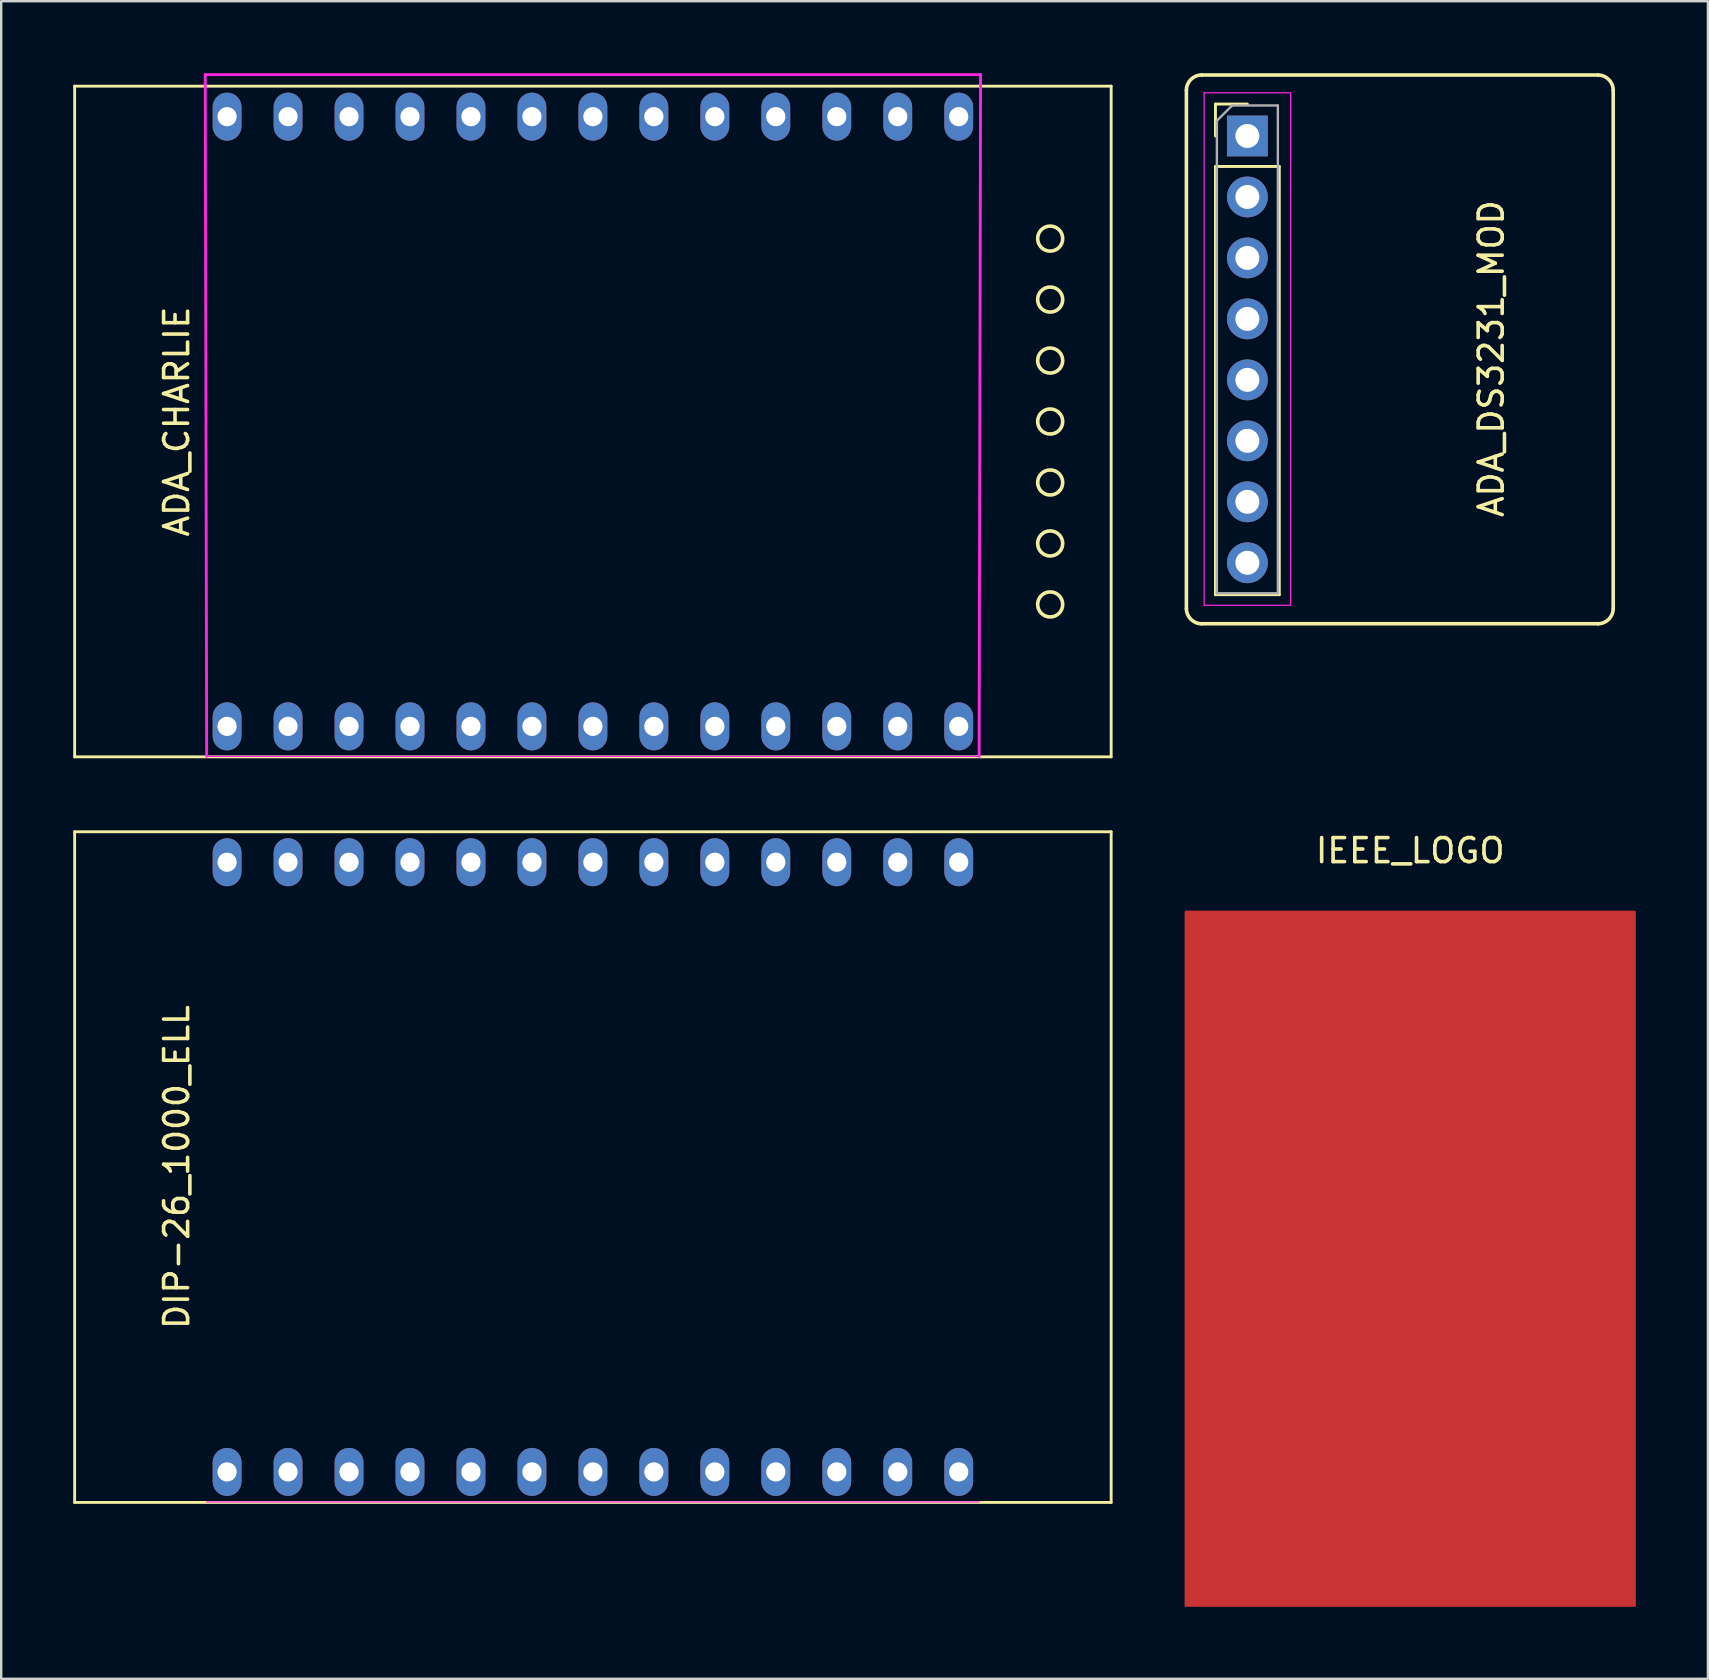
<source format=kicad_pcb>
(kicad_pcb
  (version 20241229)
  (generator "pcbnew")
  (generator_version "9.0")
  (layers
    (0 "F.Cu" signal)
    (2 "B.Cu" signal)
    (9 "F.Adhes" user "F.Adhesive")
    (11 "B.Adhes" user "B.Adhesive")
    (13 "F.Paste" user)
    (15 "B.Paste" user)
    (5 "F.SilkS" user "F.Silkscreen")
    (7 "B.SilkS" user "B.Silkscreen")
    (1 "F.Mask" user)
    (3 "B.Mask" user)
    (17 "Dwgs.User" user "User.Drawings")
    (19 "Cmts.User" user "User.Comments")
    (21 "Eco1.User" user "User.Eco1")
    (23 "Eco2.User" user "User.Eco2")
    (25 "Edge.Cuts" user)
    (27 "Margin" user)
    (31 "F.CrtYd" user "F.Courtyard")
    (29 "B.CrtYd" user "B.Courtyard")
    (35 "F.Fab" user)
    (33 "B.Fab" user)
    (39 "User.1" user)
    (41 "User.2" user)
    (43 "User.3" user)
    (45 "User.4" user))
  (footprint "ADA_DS3231_MOD"
    (layer "F.Cu")
    (at 61.615 2.615)
    (property "Reference" "ADA_DS3231_MOD" (at -2.54 9.275 90) (layer "F.SilkS") (effects (font (size 1 1) (thickness 0.15))))
    (attr through_hole)
    (fp_line (start -15.24 -1.905) (end -15.24 19.685) (stroke (width 0.15) (type solid)) (layer "F.SilkS"))
    (fp_line (start -14.605 20.32) (end 1.905 20.32) (stroke (width 0.15) (type solid)) (layer "F.SilkS"))
    (fp_line (start -14.03 -1.33) (end -12.7 -1.33) (stroke (width 0.12) (type solid)) (layer "F.SilkS"))
    (fp_line (start -14.03 0) (end -14.03 -1.33) (stroke (width 0.12) (type solid)) (layer "F.SilkS"))
    (fp_line (start -14.03 1.27) (end -14.03 19.11) (stroke (width 0.12) (type solid)) (layer "F.SilkS"))
    (fp_line (start -14.03 1.27) (end -11.37 1.27) (stroke (width 0.12) (type solid)) (layer "F.SilkS"))
    (fp_line (start -14.03 19.11) (end -11.37 19.11) (stroke (width 0.12) (type solid)) (layer "F.SilkS"))
    (fp_line (start -11.37 1.27) (end -11.37 19.11) (stroke (width 0.12) (type solid)) (layer "F.SilkS"))
    (fp_line (start 1.905 -2.54) (end -14.605 -2.54) (stroke (width 0.15) (type solid)) (layer "F.SilkS"))
    (fp_line (start 2.54 19.685) (end 2.54 -1.905) (stroke (width 0.15) (type solid)) (layer "F.SilkS"))
    (fp_arc (start -15.24 -1.905) (mid -15.054013 -2.354013) (end -14.605 -2.54) (stroke (width 0.15) (type solid)) (layer "F.SilkS"))
    (fp_arc (start -14.605 20.32) (mid -15.054013 20.134013) (end -15.24 19.685) (stroke (width 0.15) (type solid)) (layer "F.SilkS"))
    (fp_arc (start 1.905 -2.54) (mid 2.354013 -2.354013) (end 2.54 -1.905) (stroke (width 0.15) (type solid)) (layer "F.SilkS"))
    (fp_arc (start 2.54 19.685) (mid 2.354013 20.134013) (end 1.905 20.32) (stroke (width 0.15) (type solid)) (layer "F.SilkS"))
    (fp_line (start -14.5 -1.8) (end -14.5 19.55) (stroke (width 0.05) (type solid)) (layer "F.CrtYd"))
    (fp_line (start -14.5 19.55) (end -10.9 19.55) (stroke (width 0.05) (type solid)) (layer "F.CrtYd"))
    (fp_line (start -10.9 -1.8) (end -14.5 -1.8) (stroke (width 0.05) (type solid)) (layer "F.CrtYd"))
    (fp_line (start -10.9 19.55) (end -10.9 -1.8) (stroke (width 0.05) (type solid)) (layer "F.CrtYd"))
    (fp_line (start -13.97 -0.635) (end -13.335 -1.27) (stroke (width 0.1) (type solid)) (layer "F.Fab"))
    (fp_line (start -13.97 19.05) (end -13.97 -0.635) (stroke (width 0.1) (type solid)) (layer "F.Fab"))
    (fp_line (start -13.335 -1.27) (end -11.43 -1.27) (stroke (width 0.1) (type solid)) (layer "F.Fab"))
    (fp_line (start -11.43 -1.27) (end -11.43 19.05) (stroke (width 0.1) (type solid)) (layer "F.Fab"))
    (fp_line (start -11.43 19.05) (end -13.97 19.05) (stroke (width 0.1) (type solid)) (layer "F.Fab"))
    (pad "1" thru_hole rect (at -12.7 0) (size 1.7 1.7) (drill 1) (layers "*.Cu" "*.Mask"))
    (pad "2" thru_hole oval (at -12.7 2.54) (size 1.7 1.7) (drill 1) (layers "*.Cu" "*.Mask"))
    (pad "3" thru_hole oval (at -12.7 5.08) (size 1.7 1.7) (drill 1) (layers "*.Cu" "*.Mask"))
    (pad "4" thru_hole oval (at -12.7 7.62) (size 1.7 1.7) (drill 1) (layers "*.Cu" "*.Mask"))
    (pad "5" thru_hole oval (at -12.7 10.16) (size 1.7 1.7) (drill 1) (layers "*.Cu" "*.Mask"))
    (pad "6" thru_hole oval (at -12.7 12.7) (size 1.7 1.7) (drill 1) (layers "*.Cu" "*.Mask"))
    (pad "7" thru_hole oval (at -12.7 15.24) (size 1.7 1.7) (drill 1) (layers "*.Cu" "*.Mask"))
    (pad "8" thru_hole oval (at -12.7 17.78) (size 1.7 1.7) (drill 1) (layers "*.Cu" "*.Mask")))
  (footprint "IEEE_LOGO"
    (layer "F.Cu")
    (at 55.7 49.388)
    (property "Reference" "IEEE_LOGO" (at 0 -17 0) (layer "F.SilkS") (effects (font (size 1 1) (thickness 0.15))))
    (attr through_hole)
    (pad "" smd rect (at -6 -9) (size 4 8) (layers "F.Mask"))
    (pad "" smd rect (at -6 6) (size 4 14) (layers "F.Mask"))
    (pad "" smd rect (at 0 0) (size 4 26) (layers "F.Mask"))
    (pad "" smd rect (at 6 -6 180) (size 4 14) (layers "F.Mask"))
    (pad "" smd rect (at 6 9 180) (size 4 8) (layers "F.Mask"))
    (pad "1" smd custom (at 0 0) (size 4 8) (layers "F.Cu") (options (anchor rect)) (primitives (gr_poly (pts (xy 9.35 14.45) (xy -9.35 14.45) (xy -9.35 -14.45) (xy 9.35 -14.45)) (width 0.1) (fill yes)))))
  (footprint "DIP-26_1000_ELL"
    (layer "F.Cu")
    (at 21.65 45.57)
    (property "Reference" "DIP-26_1000_ELL" (at -17.34 0 90) (layer "F.SilkS") (effects (font (size 1 1) (thickness 0.15))))
    (attr through_hole)
    (fp_line (start -21.59 -13.97) (end 21.59 -13.97) (stroke (width 0.12) (type solid)) (layer "F.SilkS"))
    (fp_line (start -21.59 13.97) (end -21.59 -13.97) (stroke (width 0.12) (type solid)) (layer "F.SilkS"))
    (fp_line (start -21.59 13.97) (end 21.59 13.97) (stroke (width 0.12) (type solid)) (layer "F.SilkS"))
    (fp_line (start 21.59 13.97) (end 21.59 -13.97) (stroke (width 0.12) (type solid)) (layer "F.SilkS"))
    (fp_line (start 16.09 13.95) (end -16.09 13.95) (stroke (width 0.05) (type solid)) (layer "F.CrtYd"))
    (pad "1" thru_hole oval (at -15.24 12.7) (size 1.2 2) (drill 0.8) (layers "*.Cu" "*.Mask"))
    (pad "2" thru_hole oval (at -12.7 12.7) (size 1.2 2) (drill 0.8) (layers "*.Cu" "*.Mask"))
    (pad "3" thru_hole oval (at -10.16 12.7) (size 1.2 2) (drill 0.8) (layers "*.Cu" "*.Mask"))
    (pad "4" thru_hole oval (at -7.62 12.7) (size 1.2 2) (drill 0.8) (layers "*.Cu" "*.Mask"))
    (pad "5" thru_hole oval (at -5.08 12.7) (size 1.2 2) (drill 0.8) (layers "*.Cu" "*.Mask"))
    (pad "6" thru_hole oval (at -2.54 12.7) (size 1.2 2) (drill 0.8) (layers "*.Cu" "*.Mask"))
    (pad "7" thru_hole oval (at 0 12.7) (size 1.2 2) (drill 0.8) (layers "*.Cu" "*.Mask"))
    (pad "8" thru_hole oval (at 2.54 12.7) (size 1.2 2) (drill 0.8) (layers "*.Cu" "*.Mask"))
    (pad "9" thru_hole oval (at 5.08 12.7) (size 1.2 2) (drill 0.8) (layers "*.Cu" "*.Mask"))
    (pad "10" thru_hole oval (at 7.62 12.7) (size 1.2 2) (drill 0.8) (layers "*.Cu" "*.Mask"))
    (pad "11" thru_hole oval (at 10.16 12.7) (size 1.2 2) (drill 0.8) (layers "*.Cu" "*.Mask"))
    (pad "12" thru_hole oval (at 12.7 12.7) (size 1.2 2) (drill 0.8) (layers "*.Cu" "*.Mask"))
    (pad "13" thru_hole oval (at 15.24 12.7) (size 1.2 2) (drill 0.8) (layers "*.Cu" "*.Mask"))
    (pad "14" thru_hole oval (at 15.24 -12.7) (size 1.2 2) (drill 0.8) (layers "*.Cu" "*.Mask"))
    (pad "15" thru_hole oval (at 12.7 -12.7) (size 1.2 2) (drill 0.8) (layers "*.Cu" "*.Mask"))
    (pad "16" thru_hole oval (at 10.16 -12.7) (size 1.2 2) (drill 0.8) (layers "*.Cu" "*.Mask"))
    (pad "17" thru_hole oval (at 7.62 -12.7) (size 1.2 2) (drill 0.8) (layers "*.Cu" "*.Mask"))
    (pad "18" thru_hole oval (at 5.08 -12.7) (size 1.2 2) (drill 0.8) (layers "*.Cu" "*.Mask"))
    (pad "19" thru_hole oval (at 2.54 -12.7) (size 1.2 2) (drill 0.8) (layers "*.Cu" "*.Mask"))
    (pad "20" thru_hole oval (at 0 -12.7) (size 1.2 2) (drill 0.8) (layers "*.Cu" "*.Mask"))
    (pad "21" thru_hole oval (at -2.54 -12.7) (size 1.2 2) (drill 0.8) (layers "*.Cu" "*.Mask"))
    (pad "22" thru_hole oval (at -5.08 -12.7) (size 1.2 2) (drill 0.8) (layers "*.Cu" "*.Mask"))
    (pad "23" thru_hole oval (at -7.62 -12.7) (size 1.2 2) (drill 0.8) (layers "*.Cu" "*.Mask"))
    (pad "24" thru_hole oval (at -10.16 -12.7) (size 1.2 2) (drill 0.8) (layers "*.Cu" "*.Mask"))
    (pad "25" thru_hole oval (at -12.7 -12.7) (size 1.2 2) (drill 0.8) (layers "*.Cu" "*.Mask"))
    (pad "26" thru_hole oval (at -15.24 -12.7) (size 1.2 2) (drill 0.8) (layers "*.Cu" "*.Mask")))
  (footprint "ADA_CHARLIE"
    (layer "F.Cu")
    (at 21.65 14.51)
    (property "Reference" "ADA_CHARLIE" (at -17.34 0 90) (layer "F.SilkS") (effects (font (size 1 1) (thickness 0.15))))
    (attr through_hole)
    (fp_line (start -21.59 -13.97) (end 21.59 -13.97) (stroke (width 0.12) (type solid)) (layer "F.SilkS"))
    (fp_line (start -21.59 13.97) (end -21.59 -13.97) (stroke (width 0.12) (type solid)) (layer "F.SilkS"))
    (fp_line (start -21.59 13.97) (end 21.59 13.97) (stroke (width 0.12) (type solid)) (layer "F.SilkS"))
    (fp_line (start 21.59 13.97) (end 21.59 -13.97) (stroke (width 0.12) (type solid)) (layer "F.SilkS"))
    (fp_circle (center 19.05 -7.62) (end 18.529 -7.645) (stroke (width 0.15) (type solid)) (fill no) (layer "F.SilkS"))
    (fp_circle (center 19.05 -5.08) (end 18.529 -5.105) (stroke (width 0.15) (type solid)) (fill no) (layer "F.SilkS"))
    (fp_circle (center 19.05 -2.54) (end 18.529 -2.565) (stroke (width 0.15) (type solid)) (fill no) (layer "F.SilkS"))
    (fp_circle (center 19.05 0) (end 18.529 -0.025) (stroke (width 0.15) (type solid)) (fill no) (layer "F.SilkS"))
    (fp_circle (center 19.05 2.54) (end 18.529 2.515) (stroke (width 0.15) (type solid)) (fill no) (layer "F.SilkS"))
    (fp_circle (center 19.05 5.08) (end 18.529 5.055) (stroke (width 0.15) (type solid)) (fill no) (layer "F.SilkS"))
    (fp_circle (center 19.05 7.62) (end 18.529 7.595) (stroke (width 0.15) (type solid)) (fill no) (layer "F.SilkS"))
    (fp_line (start -16.15 -14.45) (end -16.09 13.95) (stroke (width 0.12) (type solid)) (layer "F.CrtYd"))
    (fp_line (start 16.09 13.95) (end -16.09 13.95) (stroke (width 0.05) (type solid)) (layer "F.CrtYd"))
    (fp_line (start 16.09 13.95) (end 16.15 -14.45) (stroke (width 0.12) (type solid)) (layer "F.CrtYd"))
    (fp_line (start 16.15 -14.45) (end -16.15 -14.45) (stroke (width 0.12) (type solid)) (layer "F.CrtYd"))
    (pad "1" thru_hole oval (at -15.24 12.7) (size 1.2 2) (drill 0.8) (layers "*.Cu" "*.Mask"))
    (pad "2" thru_hole oval (at -12.7 12.7) (size 1.2 2) (drill 0.8) (layers "*.Cu" "*.Mask"))
    (pad "3" thru_hole oval (at -10.16 12.7) (size 1.2 2) (drill 0.8) (layers "*.Cu" "*.Mask"))
    (pad "4" thru_hole oval (at -7.62 12.7) (size 1.2 2) (drill 0.8) (layers "*.Cu" "*.Mask"))
    (pad "5" thru_hole oval (at -5.08 12.7) (size 1.2 2) (drill 0.8) (layers "*.Cu" "*.Mask"))
    (pad "6" thru_hole oval (at -2.54 12.7) (size 1.2 2) (drill 0.8) (layers "*.Cu" "*.Mask"))
    (pad "7" thru_hole oval (at 0 12.7) (size 1.2 2) (drill 0.8) (layers "*.Cu" "*.Mask"))
    (pad "8" thru_hole oval (at 2.54 12.7) (size 1.2 2) (drill 0.8) (layers "*.Cu" "*.Mask"))
    (pad "9" thru_hole oval (at 5.08 12.7) (size 1.2 2) (drill 0.8) (layers "*.Cu" "*.Mask"))
    (pad "10" thru_hole oval (at 7.62 12.7) (size 1.2 2) (drill 0.8) (layers "*.Cu" "*.Mask"))
    (pad "11" thru_hole oval (at 10.16 12.7) (size 1.2 2) (drill 0.8) (layers "*.Cu" "*.Mask"))
    (pad "12" thru_hole oval (at 12.7 12.7) (size 1.2 2) (drill 0.8) (layers "*.Cu" "*.Mask"))
    (pad "13" thru_hole oval (at 15.24 12.7) (size 1.2 2) (drill 0.8) (layers "*.Cu" "*.Mask"))
    (pad "14" thru_hole oval (at 15.24 -12.7) (size 1.2 2) (drill 0.8) (layers "*.Cu" "*.Mask"))
    (pad "15" thru_hole oval (at 12.7 -12.7) (size 1.2 2) (drill 0.8) (layers "*.Cu" "*.Mask"))
    (pad "16" thru_hole oval (at 10.16 -12.7) (size 1.2 2) (drill 0.8) (layers "*.Cu" "*.Mask"))
    (pad "17" thru_hole oval (at 7.62 -12.7) (size 1.2 2) (drill 0.8) (layers "*.Cu" "*.Mask"))
    (pad "18" thru_hole oval (at 5.08 -12.7) (size 1.2 2) (drill 0.8) (layers "*.Cu" "*.Mask"))
    (pad "19" thru_hole oval (at 2.54 -12.7) (size 1.2 2) (drill 0.8) (layers "*.Cu" "*.Mask"))
    (pad "20" thru_hole oval (at 0 -12.7) (size 1.2 2) (drill 0.8) (layers "*.Cu" "*.Mask"))
    (pad "21" thru_hole oval (at -2.54 -12.7) (size 1.2 2) (drill 0.8) (layers "*.Cu" "*.Mask"))
    (pad "22" thru_hole oval (at -5.08 -12.7) (size 1.2 2) (drill 0.8) (layers "*.Cu" "*.Mask"))
    (pad "23" thru_hole oval (at -7.62 -12.7) (size 1.2 2) (drill 0.8) (layers "*.Cu" "*.Mask"))
    (pad "24" thru_hole oval (at -10.16 -12.7) (size 1.2 2) (drill 0.8) (layers "*.Cu" "*.Mask"))
    (pad "25" thru_hole oval (at -12.7 -12.7) (size 1.2 2) (drill 0.8) (layers "*.Cu" "*.Mask"))
    (pad "26" thru_hole oval (at -15.24 -12.7) (size 1.2 2) (drill 0.8) (layers "*.Cu" "*.Mask")))
  (gr_rect
    (start -3 -3)
    (end 68.1 66.888)
    (stroke (width 0.1) (type default))
    (fill no)
    (layer "Edge.Cuts")))
</source>
